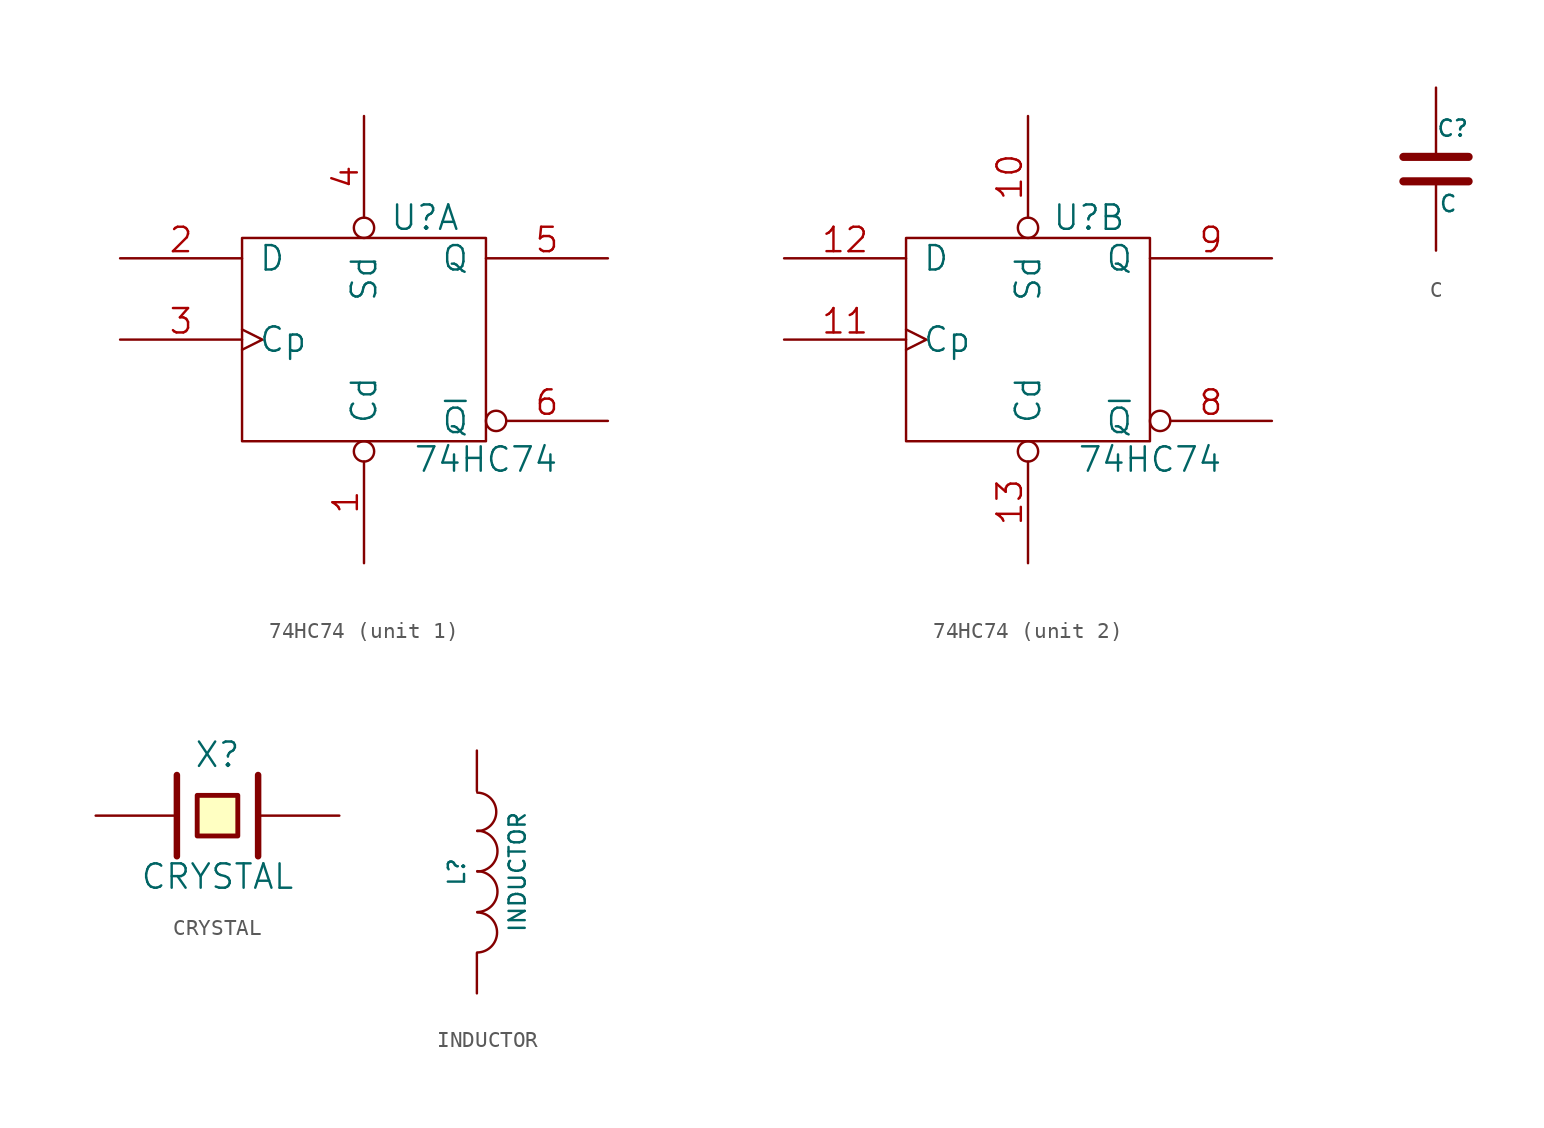
<source format=kicad_sym>
(kicad_symbol_lib
  (version 20241209)
  (generator "kicad_symbol_editor")
  (generator_version "9.0")
  (symbol "74HC74"
    (pin_names
      (offset 1.016))
    (property "Reference" "U"
      (at 3.81 7.62 0)
      (effects (font (size 1.524 1.524))))
    (property "Value" "74HC74"
      (at 7.62 -7.493 0)
      (effects (font (size 1.524 1.524))))
    (property "Footprint" ""
      (at 0 0 0)
      (effects (font (size 1.524 1.524))))
    (property "Datasheet" ""
      (at 0 0 0)
      (effects (font (size 1.524 1.524))))
    (symbol "74HC74_0_0"
      (pin power_in line (at -5.08 6.35 270) (length 0) (hide yes) (name "VCC" (effects (font (size 0.762 0.762)))) (number "14" (effects (font (size 0.762 0.762)))))
      (pin power_in line (at -5.08 -6.35 90) (length 0) (hide yes) (name "GND" (effects (font (size 0.762 0.762)))) (number "7" (effects (font (size 0.762 0.762))))))
    (symbol "74HC74_0_1"
      (rectangle (start -7.62 6.35) (end 7.62 -6.35) (stroke (width 0) (type solid)) (fill (type none))))
    (symbol "74HC74_1_1"
      (pin input line (at -15.24 5.08 0) (length 7.62) (name "D" (effects (font (size 1.524 1.524)))) (number "2" (effects (font (size 1.524 1.524)))))
      (pin input clock (at -15.24 0 0) (length 7.62) (name "Cp" (effects (font (size 1.524 1.524)))) (number "3" (effects (font (size 1.524 1.524)))))
      (pin input inverted (at 0 13.97 270) (length 7.62) (name "Sd" (effects (font (size 1.524 1.524)))) (number "4" (effects (font (size 1.524 1.524)))))
      (pin input inverted (at 0 -13.97 90) (length 7.62) (name "Cd" (effects (font (size 1.524 1.524)))) (number "1" (effects (font (size 1.524 1.524)))))
      (pin output line (at 15.24 5.08 180) (length 7.62) (name "Q" (effects (font (size 1.524 1.524)))) (number "5" (effects (font (size 1.524 1.524)))))
      (pin output inverted (at 15.24 -5.08 180) (length 7.62) (name "~{Q}" (effects (font (size 1.524 1.524)))) (number "6" (effects (font (size 1.524 1.524))))))
    (symbol "74HC74_2_1"
      (pin input line (at -15.24 5.08 0) (length 7.62) (name "D" (effects (font (size 1.524 1.524)))) (number "12" (effects (font (size 1.524 1.524)))))
      (pin input clock (at -15.24 0 0) (length 7.62) (name "Cp" (effects (font (size 1.524 1.524)))) (number "11" (effects (font (size 1.524 1.524)))))
      (pin input inverted (at 0 13.97 270) (length 7.62) (name "Sd" (effects (font (size 1.524 1.524)))) (number "10" (effects (font (size 1.524 1.524)))))
      (pin input inverted (at 0 -13.97 90) (length 7.62) (name "Cd" (effects (font (size 1.524 1.524)))) (number "13" (effects (font (size 1.524 1.524)))))
      (pin output line (at 15.24 5.08 180) (length 7.62) (name "Q" (effects (font (size 1.524 1.524)))) (number "9" (effects (font (size 1.524 1.524)))))
      (pin output inverted (at 15.24 -5.08 180) (length 7.62) (name "~{Q}" (effects (font (size 1.524 1.524)))) (number "8" (effects (font (size 1.524 1.524)))))))
  (symbol "C"
    (pin_numbers
      (hide yes))
    (pin_names
      (offset 0.254))
    (property "Reference" "C"
      (at 0 2.54 0)
      (effects (font (size 1.016 1.016)) (justify left)))
    (property "Value" "C"
      (at 0.152 -2.159 0)
      (effects (font (size 1.016 1.016)) (justify left)))
    (property "Footprint" ""
      (at 0.965 -3.81 0)
      (effects (font (size 0.762 0.762))))
    (property "Datasheet" ""
      (at 0 0 0)
      (effects (font (size 1.524 1.524))))
    (symbol "C_0_1"
      (polyline (pts (xy -2.032 0.762) (xy 2.032 0.762)) (stroke (width 0.508) (type solid)) (fill (type none)))
      (polyline (pts (xy -2.032 -0.762) (xy 2.032 -0.762)) (stroke (width 0.508) (type solid)) (fill (type none))))
    (symbol "C_1_1"
      (pin passive line (at 0 5.08 270) (length 4.318) (name "~" (effects (font (size 1.016 1.016)))) (number "1" (effects (font (size 1.016 1.016)))))
      (pin passive line (at 0 -5.08 90) (length 4.318) (name "~" (effects (font (size 1.016 1.016)))) (number "2" (effects (font (size 1.016 1.016)))))))
  (symbol "CRYSTAL"
    (pin_numbers
      (hide yes))
    (pin_names
      (offset 1.016)
      (hide yes))
    (property "Reference" "X"
      (at 0 3.81 0)
      (effects (font (size 1.524 1.524))))
    (property "Value" "CRYSTAL"
      (at 0 -3.81 0)
      (effects (font (size 1.524 1.524))))
    (property "Footprint" ""
      (at 0 0 0)
      (effects (font (size 1.524 1.524))))
    (property "Datasheet" ""
      (at 0 0 0)
      (effects (font (size 1.524 1.524))))
    (symbol "CRYSTAL_0_1"
      (polyline (pts (xy -2.54 2.54) (xy -2.54 -2.54)) (stroke (width 0.406) (type solid)) (fill (type none)))
      (polyline (pts (xy -1.27 1.27) (xy 1.27 1.27) (xy 1.27 -1.27) (xy -1.27 -1.27) (xy -1.27 1.27)) (stroke (width 0.305) (type solid)) (fill (type background)))
      (polyline (pts (xy 2.54 2.54) (xy 2.54 -2.54)) (stroke (width 0.406) (type solid)) (fill (type none))))
    (symbol "CRYSTAL_1_1"
      (pin passive line (at -7.62 0 0) (length 5.08) (name "1" (effects (font (size 1.016 1.016)))) (number "1" (effects (font (size 1.016 1.016)))))
      (pin passive line (at 7.62 0 180) (length 5.08) (name "2" (effects (font (size 1.016 1.016)))) (number "2" (effects (font (size 1.016 1.016)))))))
  (symbol "INDUCTOR"
    (pin_numbers
      (hide yes))
    (pin_names
      (offset 1.016)
      (hide yes))
    (property "Reference" "L"
      (at -1.27 0 90)
      (effects (font (size 1.016 1.016))))
    (property "Value" "INDUCTOR"
      (at 2.54 0 90)
      (effects (font (size 1.016 1.016))))
    (property "Footprint" ""
      (at 0 0 0)
      (effects (font (size 1.524 1.524))))
    (property "Datasheet" ""
      (at 0 0 0)
      (effects (font (size 1.524 1.524))))
    (symbol "INDUCTOR_0_1"
      (arc (start 0.0254 4.9784) (mid 1.2195 3.7595) (end 0.0254 2.5654) (stroke (width 0) (type solid)) (fill (type none)))
      (arc (start 0.0254 2.5908) (mid 1.2956 1.2957) (end 0.0254 0.0254) (stroke (width 0) (type solid)) (fill (type none)))
      (arc (start 0.0254 0.0508) (mid 1.2956 -1.2443) (end 0.0254 -2.5146) (stroke (width 0) (type solid)) (fill (type none)))
      (arc (start 0.0254 -2.54) (mid 1.2703 -3.8097) (end 0.0254 -5.0546) (stroke (width 0) (type solid)) (fill (type none))))
    (symbol "INDUCTOR_1_1"
      (pin passive line (at 0 7.62 270) (length 2.54) (name "1" (effects (font (size 1.778 1.778)))) (number "1" (effects (font (size 1.778 1.778)))))
      (pin passive line (at 0 -7.62 90) (length 2.54) (name "2" (effects (font (size 1.778 1.778)))) (number "2" (effects (font (size 1.778 1.778))))))))
</source>
